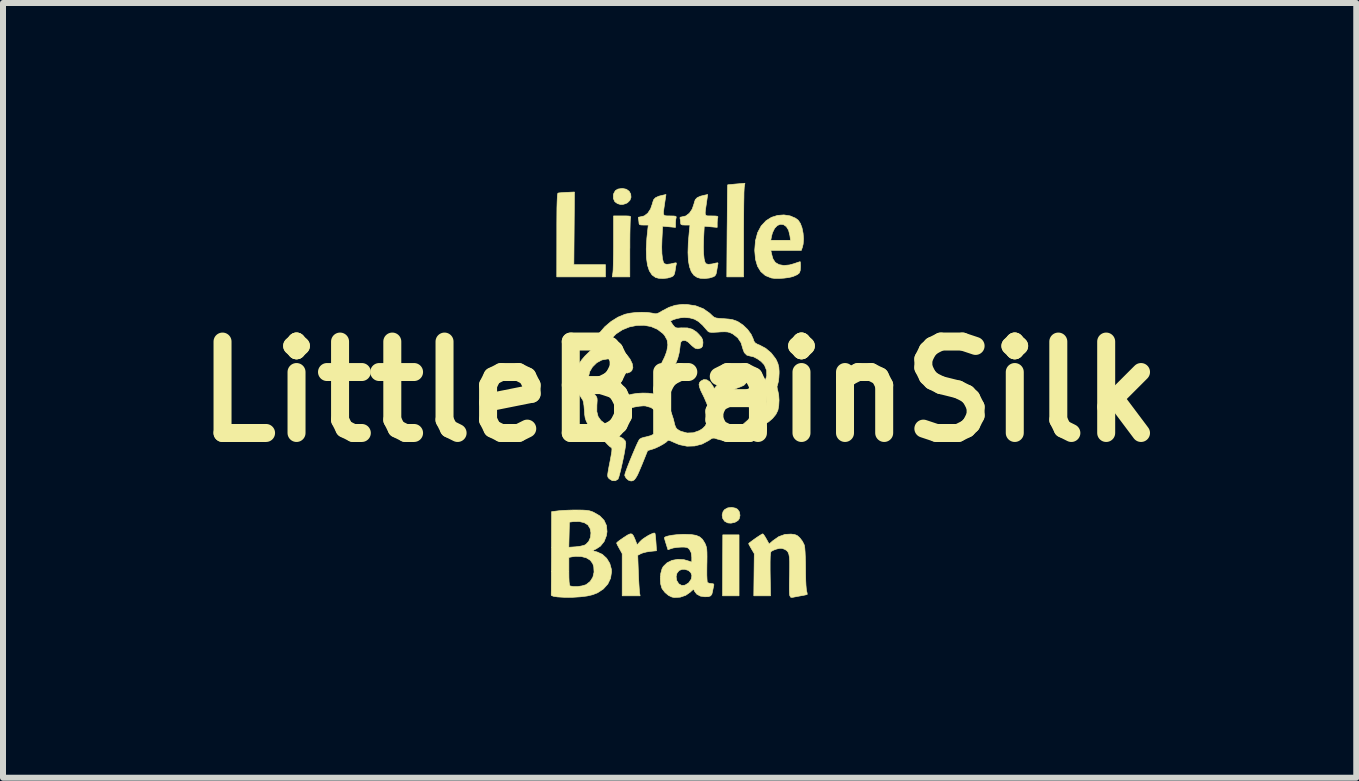
<source format=kicad_pcb>
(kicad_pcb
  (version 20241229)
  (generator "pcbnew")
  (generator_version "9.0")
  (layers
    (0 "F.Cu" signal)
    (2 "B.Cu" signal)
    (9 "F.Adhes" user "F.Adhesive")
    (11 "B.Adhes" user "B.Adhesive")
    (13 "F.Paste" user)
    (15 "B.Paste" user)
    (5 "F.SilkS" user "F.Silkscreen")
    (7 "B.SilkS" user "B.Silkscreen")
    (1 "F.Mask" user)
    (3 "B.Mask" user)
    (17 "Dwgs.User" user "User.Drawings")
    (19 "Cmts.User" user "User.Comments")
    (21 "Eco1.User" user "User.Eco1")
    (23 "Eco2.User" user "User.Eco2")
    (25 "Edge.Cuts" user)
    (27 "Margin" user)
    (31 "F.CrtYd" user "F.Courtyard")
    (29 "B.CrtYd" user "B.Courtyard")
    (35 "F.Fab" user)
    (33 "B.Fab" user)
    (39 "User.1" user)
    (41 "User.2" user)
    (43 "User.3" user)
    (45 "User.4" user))
  (footprint "LittleBrainSilk"
    (layer "F.Cu")
    (at 8.28 3.479)
    (property "Reference" "LittleBrainSilk" (at 0 0 0) (layer "F.SilkS") (effects (font (size 1.524 1.524) (thickness 0.3))))
    (attr through_hole)
    (fp_poly (pts (xy 0.991 3.404) (xy 0.716 3.404) (xy 0.718 2.896) (xy 0.72 2.388) (xy 0.855 2.388) (xy 0.991 2.388) (xy 0.991 3.404)) (stroke (width 0.01) (type solid)) (fill yes) (layer "F.SilkS"))
    (fp_poly (pts (xy 0.933 1.943) (xy 0.967 1.962) (xy 0.997 2.006) (xy 1.007 2.064) (xy 0.994 2.119) (xy 0.973 2.149) (xy 0.922 2.179) (xy 0.857 2.193) (xy 0.804 2.189) (xy 0.751 2.161) (xy 0.719 2.114) (xy 0.709 2.057) (xy 0.725 2) (xy 0.75 1.967) (xy 0.803 1.938) (xy 0.869 1.93) (xy 0.933 1.943)) (stroke (width 0.01) (type solid)) (fill yes) (layer "F.SilkS"))
    (fp_poly (pts (xy -1.758 -2.722) (xy -1.763 -2.117) (xy -1.236 -2.117) (xy -1.236 -1.913) (xy -2.048 -1.913) (xy -2.047 -2.609) (xy -2.047 -2.792) (xy -2.046 -2.943) (xy -2.045 -3.065) (xy -2.042 -3.16) (xy -2.039 -3.23) (xy -2.036 -3.277) (xy -2.031 -3.303) (xy -2.027 -3.31) (xy -2.001 -3.314) (xy -1.951 -3.318) (xy -1.888 -3.322) (xy -1.88 -3.322) (xy -1.753 -3.328) (xy -1.758 -2.722)) (stroke (width 0.01) (type solid)) (fill yes) (layer "F.SilkS"))
    (fp_poly (pts (xy -0.887 -3.374) (xy -0.841 -3.34) (xy -0.815 -3.293) (xy -0.81 -3.24) (xy -0.828 -3.19) (xy -0.869 -3.149) (xy -0.9 -3.134) (xy -0.948 -3.12) (xy -0.985 -3.12) (xy -1.03 -3.133) (xy -1.036 -3.135) (xy -1.08 -3.167) (xy -1.104 -3.22) (xy -1.104 -3.282) (xy -1.098 -3.302) (xy -1.071 -3.351) (xy -1.028 -3.377) (xy -0.961 -3.387) (xy -0.95 -3.387) (xy -0.887 -3.374)) (stroke (width 0.01) (type solid)) (fill yes) (layer "F.SilkS"))
    (fp_poly (pts (xy -0.885 -2.929) (xy -0.842 -2.927) (xy -0.821 -2.921) (xy -0.816 -2.91) (xy -0.819 -2.891) (xy -0.822 -2.865) (xy -0.824 -2.809) (xy -0.826 -2.729) (xy -0.828 -2.63) (xy -0.829 -2.516) (xy -0.829 -2.392) (xy -0.83 -2.383) (xy -0.83 -1.913) (xy -1.122 -1.913) (xy -1.111 -1.992) (xy -1.108 -2.031) (xy -1.106 -2.097) (xy -1.104 -2.187) (xy -1.102 -2.293) (xy -1.101 -2.41) (xy -1.101 -2.5) (xy -1.101 -2.929) (xy -0.955 -2.929) (xy -0.885 -2.929)) (stroke (width 0.01) (type solid)) (fill yes) (layer "F.SilkS"))
    (fp_poly (pts (xy 1.078 -3.409) (xy 1.076 -3.379) (xy 1.073 -3.318) (xy 1.072 -3.232) (xy 1.07 -3.123) (xy 1.069 -2.996) (xy 1.068 -2.855) (xy 1.067 -2.703) (xy 1.067 -2.629) (xy 1.067 -1.913) (xy 0.787 -1.913) (xy 0.792 -2.679) (xy 0.794 -2.837) (xy 0.795 -2.983) (xy 0.796 -3.116) (xy 0.797 -3.231) (xy 0.798 -3.325) (xy 0.799 -3.394) (xy 0.8 -3.436) (xy 0.801 -3.447) (xy 0.818 -3.45) (xy 0.861 -3.454) (xy 0.922 -3.46) (xy 0.946 -3.462) (xy 1.089 -3.474) (xy 1.078 -3.409)) (stroke (width 0.01) (type solid)) (fill yes) (layer "F.SilkS"))
    (fp_poly (pts (xy -0.412 2.359) (xy -0.407 2.379) (xy -0.401 2.425) (xy -0.396 2.487) (xy -0.394 2.511) (xy -0.385 2.653) (xy -0.486 2.663) (xy -0.552 2.673) (xy -0.613 2.689) (xy -0.643 2.7) (xy -0.698 2.729) (xy -0.687 3.02) (xy -0.683 3.119) (xy -0.678 3.209) (xy -0.673 3.284) (xy -0.669 3.337) (xy -0.667 3.357) (xy -0.658 3.404) (xy -0.957 3.404) (xy -0.957 2.701) (xy -1.003 2.618) (xy -1.029 2.571) (xy -1.046 2.536) (xy -1.05 2.523) (xy -1.037 2.509) (xy -1.002 2.481) (xy -0.951 2.446) (xy -0.93 2.431) (xy -0.866 2.39) (xy -0.823 2.371) (xy -0.794 2.374) (xy -0.77 2.403) (xy -0.745 2.458) (xy -0.735 2.484) (xy -0.708 2.554) (xy -0.657 2.497) (xy -0.623 2.465) (xy -0.574 2.431) (xy -0.521 2.398) (xy -0.47 2.373) (xy -0.431 2.358) (xy -0.412 2.359)) (stroke (width 0.01) (type solid)) (fill yes) (layer "F.SilkS"))
    (fp_poly (pts (xy 1.842 -2.93) (xy 1.932 -2.892) (xy 1.977 -2.858) (xy 2.013 -2.805) (xy 2.041 -2.73) (xy 2.059 -2.64) (xy 2.066 -2.547) (xy 2.06 -2.46) (xy 2.047 -2.407) (xy 2.029 -2.354) (xy 1.521 -2.354) (xy 1.533 -2.299) (xy 1.546 -2.249) (xy 1.558 -2.21) (xy 1.596 -2.153) (xy 1.658 -2.117) (xy 1.738 -2.103) (xy 1.832 -2.112) (xy 1.904 -2.132) (xy 1.957 -2.15) (xy 1.996 -2.163) (xy 2.01 -2.167) (xy 2.013 -2.152) (xy 2.015 -2.113) (xy 2.015 -2.076) (xy 2.011 -2.018) (xy 1.996 -1.978) (xy 1.961 -1.95) (xy 1.902 -1.924) (xy 1.88 -1.916) (xy 1.819 -1.902) (xy 1.741 -1.892) (xy 1.657 -1.887) (xy 1.582 -1.888) (xy 1.529 -1.895) (xy 1.43 -1.935) (xy 1.354 -2.001) (xy 1.299 -2.091) (xy 1.265 -2.207) (xy 1.253 -2.349) (xy 1.253 -2.363) (xy 1.265 -2.517) (xy 1.267 -2.523) (xy 1.52 -2.523) (xy 1.85 -2.523) (xy 1.839 -2.602) (xy 1.817 -2.691) (xy 1.78 -2.751) (xy 1.733 -2.784) (xy 1.681 -2.79) (xy 1.63 -2.77) (xy 1.584 -2.722) (xy 1.548 -2.648) (xy 1.532 -2.587) (xy 1.52 -2.523) (xy 1.267 -2.523) (xy 1.301 -2.651) (xy 1.36 -2.762) (xy 1.441 -2.849) (xy 1.532 -2.906) (xy 1.633 -2.938) (xy 1.739 -2.946) (xy 1.842 -2.93)) (stroke (width 0.01) (type solid)) (fill yes) (layer "F.SilkS"))
    (fp_poly (pts (xy -0.248 -3.146) (xy -0.261 -3.057) (xy -0.269 -2.997) (xy -0.268 -2.959) (xy -0.256 -2.939) (xy -0.231 -2.931) (xy -0.192 -2.929) (xy -0.159 -2.929) (xy -0.099 -2.928) (xy -0.067 -2.924) (xy -0.056 -2.914) (xy -0.057 -2.903) (xy -0.064 -2.869) (xy -0.068 -2.819) (xy -0.068 -2.807) (xy -0.068 -2.738) (xy -0.175 -2.748) (xy -0.283 -2.758) (xy -0.294 -2.543) (xy -0.298 -2.411) (xy -0.295 -2.3) (xy -0.285 -2.214) (xy -0.27 -2.156) (xy -0.252 -2.131) (xy -0.213 -2.122) (xy -0.15 -2.129) (xy -0.087 -2.144) (xy -0.058 -2.148) (xy -0.053 -2.134) (xy -0.056 -2.123) (xy -0.064 -2.087) (xy -0.072 -2.034) (xy -0.075 -2.013) (xy -0.086 -1.961) (xy -0.106 -1.93) (xy -0.132 -1.914) (xy -0.198 -1.894) (xy -0.276 -1.886) (xy -0.35 -1.89) (xy -0.4 -1.903) (xy -0.459 -1.945) (xy -0.504 -2.013) (xy -0.535 -2.107) (xy -0.552 -2.228) (xy -0.556 -2.378) (xy -0.546 -2.557) (xy -0.531 -2.697) (xy -0.522 -2.777) (xy -0.6 -2.777) (xy -0.647 -2.779) (xy -0.67 -2.787) (xy -0.677 -2.807) (xy -0.677 -2.818) (xy -0.682 -2.862) (xy -0.688 -2.886) (xy -0.687 -2.907) (xy -0.658 -2.913) (xy -0.658 -2.913) (xy -0.59 -2.929) (xy -0.531 -2.974) (xy -0.484 -3.045) (xy -0.452 -3.137) (xy -0.448 -3.156) (xy -0.432 -3.201) (xy -0.401 -3.233) (xy -0.347 -3.258) (xy -0.279 -3.275) (xy -0.227 -3.286) (xy -0.248 -3.146)) (stroke (width 0.01) (type solid)) (fill yes) (layer "F.SilkS"))
    (fp_poly (pts (xy 0.447 -3.138) (xy 0.434 -3.051) (xy 0.427 -2.992) (xy 0.428 -2.956) (xy 0.44 -2.937) (xy 0.464 -2.93) (xy 0.503 -2.929) (xy 0.535 -2.929) (xy 0.595 -2.928) (xy 0.628 -2.924) (xy 0.639 -2.914) (xy 0.637 -2.903) (xy 0.63 -2.869) (xy 0.627 -2.819) (xy 0.627 -2.807) (xy 0.627 -2.738) (xy 0.519 -2.748) (xy 0.411 -2.758) (xy 0.4 -2.543) (xy 0.397 -2.411) (xy 0.4 -2.3) (xy 0.409 -2.214) (xy 0.424 -2.156) (xy 0.442 -2.131) (xy 0.481 -2.122) (xy 0.544 -2.129) (xy 0.607 -2.144) (xy 0.636 -2.148) (xy 0.641 -2.134) (xy 0.638 -2.123) (xy 0.631 -2.087) (xy 0.622 -2.034) (xy 0.619 -2.013) (xy 0.608 -1.961) (xy 0.589 -1.93) (xy 0.562 -1.914) (xy 0.496 -1.894) (xy 0.418 -1.886) (xy 0.344 -1.89) (xy 0.295 -1.903) (xy 0.238 -1.941) (xy 0.195 -2) (xy 0.165 -2.082) (xy 0.146 -2.188) (xy 0.14 -2.321) (xy 0.145 -2.482) (xy 0.162 -2.673) (xy 0.163 -2.688) (xy 0.173 -2.777) (xy 0.095 -2.777) (xy 0.047 -2.779) (xy 0.024 -2.787) (xy 0.017 -2.807) (xy 0.017 -2.818) (xy 0.013 -2.862) (xy 0.007 -2.886) (xy 0.008 -2.907) (xy 0.036 -2.913) (xy 0.036 -2.913) (xy 0.104 -2.929) (xy 0.163 -2.974) (xy 0.211 -3.045) (xy 0.242 -3.137) (xy 0.246 -3.156) (xy 0.262 -3.201) (xy 0.293 -3.233) (xy 0.347 -3.258) (xy 0.416 -3.275) (xy 0.468 -3.286) (xy 0.447 -3.138)) (stroke (width 0.01) (type solid)) (fill yes) (layer "F.SilkS"))
    (fp_poly (pts (xy 1.401 2.384) (xy 1.425 2.42) (xy 1.446 2.456) (xy 1.493 2.541) (xy 1.554 2.487) (xy 1.654 2.417) (xy 1.758 2.38) (xy 1.859 2.375) (xy 1.919 2.383) (xy 1.96 2.399) (xy 1.997 2.431) (xy 2.008 2.443) (xy 2.047 2.494) (xy 2.076 2.551) (xy 2.081 2.568) (xy 2.087 2.606) (xy 2.092 2.671) (xy 2.096 2.756) (xy 2.099 2.854) (xy 2.1 2.947) (xy 2.101 3.05) (xy 2.103 3.146) (xy 2.107 3.228) (xy 2.112 3.288) (xy 2.116 3.318) (xy 2.126 3.358) (xy 2.128 3.38) (xy 2.128 3.381) (xy 2.109 3.387) (xy 2.068 3.396) (xy 2.022 3.404) (xy 1.961 3.415) (xy 1.909 3.425) (xy 1.884 3.43) (xy 1.854 3.429) (xy 1.838 3.403) (xy 1.835 3.394) (xy 1.832 3.362) (xy 1.83 3.304) (xy 1.83 3.225) (xy 1.831 3.132) (xy 1.833 3.059) (xy 1.835 2.933) (xy 1.835 2.836) (xy 1.831 2.764) (xy 1.822 2.712) (xy 1.807 2.675) (xy 1.786 2.65) (xy 1.757 2.632) (xy 1.753 2.63) (xy 1.711 2.614) (xy 1.672 2.612) (xy 1.619 2.624) (xy 1.619 2.624) (xy 1.569 2.642) (xy 1.532 2.661) (xy 1.523 2.668) (xy 1.516 2.694) (xy 1.511 2.751) (xy 1.509 2.841) (xy 1.509 2.963) (xy 1.51 3.047) (xy 1.516 3.404) (xy 1.376 3.404) (xy 1.237 3.404) (xy 1.241 3.052) (xy 1.245 2.701) (xy 1.198 2.622) (xy 1.172 2.576) (xy 1.155 2.544) (xy 1.151 2.534) (xy 1.164 2.521) (xy 1.198 2.495) (xy 1.243 2.462) (xy 1.293 2.427) (xy 1.339 2.397) (xy 1.373 2.376) (xy 1.387 2.371) (xy 1.401 2.384)) (stroke (width 0.01) (type solid)) (fill yes) (layer "F.SilkS"))
    (fp_poly (pts (xy -1.619 1.975) (xy -1.553 1.979) (xy -1.502 1.987) (xy -1.459 2.001) (xy -1.431 2.013) (xy -1.33 2.072) (xy -1.259 2.146) (xy -1.219 2.233) (xy -1.21 2.334) (xy -1.22 2.401) (xy -1.258 2.499) (xy -1.32 2.576) (xy -1.386 2.619) (xy -1.453 2.652) (xy -1.376 2.673) (xy -1.288 2.713) (xy -1.216 2.779) (xy -1.164 2.864) (xy -1.137 2.962) (xy -1.135 3.006) (xy -1.151 3.112) (xy -1.197 3.208) (xy -1.271 3.29) (xy -1.368 3.354) (xy -1.45 3.386) (xy -1.541 3.407) (xy -1.654 3.421) (xy -1.781 3.429) (xy -1.91 3.43) (xy -2.031 3.423) (xy -2.032 3.423) (xy -2.1 3.413) (xy -2.135 3.4) (xy -2.14 3.391) (xy -2.14 3.37) (xy -2.139 3.319) (xy -2.139 3.241) (xy -2.138 3.141) (xy -2.138 3.021) (xy -2.137 2.887) (xy -2.136 2.764) (xy -1.846 2.764) (xy -1.846 2.998) (xy -1.845 3.1) (xy -1.842 3.171) (xy -1.836 3.216) (xy -1.828 3.237) (xy -1.825 3.24) (xy -1.771 3.25) (xy -1.701 3.25) (xy -1.628 3.239) (xy -1.566 3.221) (xy -1.556 3.216) (xy -1.491 3.165) (xy -1.446 3.094) (xy -1.426 3.009) (xy -1.431 2.92) (xy -1.447 2.869) (xy -1.488 2.812) (xy -1.554 2.771) (xy -1.639 2.749) (xy -1.735 2.746) (xy -1.793 2.754) (xy -1.846 2.764) (xy -2.136 2.764) (xy -2.136 2.74) (xy -2.136 2.685) (xy -2.136 2.595) (xy -1.847 2.595) (xy -1.728 2.587) (xy -1.652 2.577) (xy -1.591 2.562) (xy -1.565 2.549) (xy -1.516 2.499) (xy -1.486 2.43) (xy -1.478 2.355) (xy -1.492 2.282) (xy -1.529 2.222) (xy -1.529 2.222) (xy -1.589 2.185) (xy -1.67 2.166) (xy -1.765 2.167) (xy -1.77 2.167) (xy -1.837 2.176) (xy -1.842 2.386) (xy -1.847 2.595) (xy -2.136 2.595) (xy -2.134 2.001) (xy -2.019 1.987) (xy -1.953 1.981) (xy -1.866 1.977) (xy -1.772 1.974) (xy -1.71 1.974) (xy -1.619 1.975)) (stroke (width 0.01) (type solid)) (fill yes) (layer "F.SilkS"))
    (fp_poly (pts (xy 0.193 2.383) (xy 0.274 2.396) (xy 0.335 2.422) (xy 0.381 2.462) (xy 0.418 2.521) (xy 0.424 2.532) (xy 0.437 2.563) (xy 0.447 2.594) (xy 0.453 2.631) (xy 0.456 2.681) (xy 0.457 2.75) (xy 0.456 2.845) (xy 0.455 2.883) (xy 0.454 2.977) (xy 0.454 3.06) (xy 0.457 3.126) (xy 0.46 3.168) (xy 0.463 3.179) (xy 0.488 3.194) (xy 0.527 3.2) (xy 0.562 3.204) (xy 0.572 3.22) (xy 0.57 3.23) (xy 0.562 3.266) (xy 0.552 3.316) (xy 0.55 3.327) (xy 0.538 3.377) (xy 0.517 3.405) (xy 0.479 3.418) (xy 0.421 3.42) (xy 0.346 3.409) (xy 0.286 3.376) (xy 0.249 3.328) (xy 0.246 3.319) (xy 0.237 3.301) (xy 0.223 3.302) (xy 0.197 3.324) (xy 0.179 3.342) (xy 0.102 3.396) (xy 0.01 3.427) (xy -0.087 3.432) (xy -0.127 3.425) (xy -0.184 3.398) (xy -0.242 3.35) (xy -0.287 3.292) (xy -0.296 3.276) (xy -0.316 3.205) (xy -0.322 3.119) (xy -0.319 3.085) (xy -0.058 3.085) (xy -0.048 3.149) (xy -0.048 3.149) (xy -0.014 3.204) (xy 0.034 3.231) (xy 0.089 3.227) (xy 0.146 3.192) (xy 0.154 3.185) (xy 0.194 3.126) (xy 0.205 3.069) (xy 0.188 3.018) (xy 0.147 2.981) (xy 0.084 2.962) (xy 0.042 2.963) (xy -0.009 2.983) (xy -0.044 3.027) (xy -0.058 3.085) (xy -0.319 3.085) (xy -0.314 3.031) (xy -0.293 2.954) (xy -0.272 2.915) (xy -0.209 2.854) (xy -0.126 2.813) (xy -0.029 2.796) (xy 0.073 2.802) (xy 0.133 2.819) (xy 0.203 2.843) (xy 0.203 2.762) (xy 0.194 2.687) (xy 0.168 2.635) (xy 0.145 2.61) (xy 0.118 2.597) (xy 0.076 2.592) (xy 0.028 2.592) (xy -0.039 2.596) (xy -0.103 2.606) (xy -0.135 2.615) (xy -0.194 2.636) (xy -0.224 2.541) (xy -0.24 2.489) (xy -0.251 2.45) (xy -0.254 2.436) (xy -0.238 2.422) (xy -0.195 2.408) (xy -0.132 2.395) (xy -0.054 2.386) (xy 0.031 2.38) (xy 0.085 2.379) (xy 0.193 2.383)) (stroke (width 0.01) (type solid)) (fill yes) (layer "F.SilkS"))
    (fp_poly (pts (xy 0.123 -1.453) (xy 0.268 -1.431) (xy 0.395 -1.382) (xy 0.501 -1.308) (xy 0.523 -1.287) (xy 0.554 -1.257) (xy 0.58 -1.238) (xy 0.612 -1.227) (xy 0.659 -1.221) (xy 0.729 -1.216) (xy 0.737 -1.216) (xy 0.823 -1.209) (xy 0.888 -1.198) (xy 0.943 -1.179) (xy 0.976 -1.164) (xy 1.058 -1.109) (xy 1.133 -1.037) (xy 1.192 -0.956) (xy 1.225 -0.884) (xy 1.241 -0.838) (xy 1.263 -0.81) (xy 1.3 -0.789) (xy 1.333 -0.776) (xy 1.435 -0.722) (xy 1.527 -0.644) (xy 1.599 -0.551) (xy 1.616 -0.521) (xy 1.64 -0.464) (xy 1.654 -0.409) (xy 1.659 -0.341) (xy 1.659 -0.306) (xy 1.655 -0.236) (xy 1.648 -0.172) (xy 1.637 -0.129) (xy 1.637 -0.128) (xy 1.624 -0.083) (xy 1.63 -0.039) (xy 1.637 -0.018) (xy 1.652 0.054) (xy 1.658 0.143) (xy 1.653 0.234) (xy 1.639 0.311) (xy 1.605 0.38) (xy 1.549 0.448) (xy 1.482 0.505) (xy 1.419 0.539) (xy 1.376 0.561) (xy 1.322 0.601) (xy 1.266 0.65) (xy 1.258 0.659) (xy 1.159 0.743) (xy 1.058 0.797) (xy 0.948 0.823) (xy 0.83 0.825) (xy 0.755 0.817) (xy 0.682 0.805) (xy 0.629 0.791) (xy 0.584 0.776) (xy 0.553 0.775) (xy 0.523 0.789) (xy 0.486 0.815) (xy 0.375 0.874) (xy 0.252 0.906) (xy 0.124 0.91) (xy -0.004 0.884) (xy -0.086 0.85) (xy -0.145 0.823) (xy -0.183 0.812) (xy -0.197 0.816) (xy -0.224 0.842) (xy -0.273 0.875) (xy -0.334 0.909) (xy -0.397 0.939) (xy -0.449 0.958) (xy -0.533 0.983) (xy -0.625 1.211) (xy -0.668 1.313) (xy -0.701 1.388) (xy -0.73 1.438) (xy -0.755 1.47) (xy -0.78 1.485) (xy -0.808 1.49) (xy -0.81 1.49) (xy -0.853 1.476) (xy -0.891 1.443) (xy -0.913 1.403) (xy -0.914 1.391) (xy -0.908 1.364) (xy -0.89 1.312) (xy -0.864 1.242) (xy -0.832 1.161) (xy -0.796 1.074) (xy -0.76 0.989) (xy -0.727 0.912) (xy -0.698 0.849) (xy -0.676 0.807) (xy -0.668 0.794) (xy -0.636 0.775) (xy -0.586 0.76) (xy -0.564 0.756) (xy -0.482 0.734) (xy -0.399 0.694) (xy -0.33 0.644) (xy -0.316 0.629) (xy -0.298 0.605) (xy -0.292 0.578) (xy -0.298 0.536) (xy -0.305 0.509) (xy -0.344 0.401) (xy -0.402 0.319) (xy -0.477 0.265) (xy -0.567 0.239) (xy -0.601 0.237) (xy -0.673 0.243) (xy -0.749 0.256) (xy -0.772 0.262) (xy -0.828 0.277) (xy -0.875 0.286) (xy -0.891 0.288) (xy -0.936 0.273) (xy -0.968 0.236) (xy -0.981 0.185) (xy -0.971 0.13) (xy -0.965 0.119) (xy -0.932 0.088) (xy -0.873 0.063) (xy -0.795 0.043) (xy -0.705 0.029) (xy -0.612 0.024) (xy -0.522 0.026) (xy -0.443 0.037) (xy -0.387 0.056) (xy -0.292 0.122) (xy -0.21 0.214) (xy -0.146 0.329) (xy -0.102 0.462) (xy -0.097 0.484) (xy -0.081 0.552) (xy -0.064 0.597) (xy -0.04 0.626) (xy -0.004 0.649) (xy 0.023 0.662) (xy 0.125 0.69) (xy 0.229 0.686) (xy 0.33 0.65) (xy 0.385 0.615) (xy 0.427 0.572) (xy 0.458 0.509) (xy 0.467 0.481) (xy 0.484 0.392) (xy 0.481 0.304) (xy 0.458 0.209) (xy 0.411 0.1) (xy 0.396 0.069) (xy 0.355 -0.014) (xy 0.332 -0.075) (xy 0.324 -0.119) (xy 0.333 -0.151) (xy 0.353 -0.175) (xy 0.402 -0.201) (xy 0.455 -0.196) (xy 0.506 -0.161) (xy 0.552 -0.098) (xy 0.557 -0.089) (xy 0.577 -0.05) (xy 0.619 -0.1) (xy 0.675 -0.152) (xy 0.752 -0.204) (xy 0.839 -0.249) (xy 0.925 -0.284) (xy 1.002 -0.303) (xy 1.028 -0.305) (xy 1.063 -0.29) (xy 1.095 -0.254) (xy 1.115 -0.209) (xy 1.118 -0.189) (xy 1.107 -0.142) (xy 1.071 -0.105) (xy 1.008 -0.077) (xy 0.984 -0.069) (xy 0.877 -0.024) (xy 0.788 0.043) (xy 0.733 0.114) (xy 0.712 0.155) (xy 0.699 0.195) (xy 0.691 0.246) (xy 0.687 0.316) (xy 0.686 0.353) (xy 0.683 0.427) (xy 0.679 0.49) (xy 0.673 0.533) (xy 0.67 0.545) (xy 0.668 0.565) (xy 0.689 0.58) (xy 0.731 0.593) (xy 0.847 0.609) (xy 0.957 0.593) (xy 1.056 0.547) (xy 1.14 0.473) (xy 1.165 0.441) (xy 1.207 0.393) (xy 1.264 0.357) (xy 1.308 0.339) (xy 1.388 0.296) (xy 1.438 0.239) (xy 1.457 0.168) (xy 1.445 0.082) (xy 1.422 0.019) (xy 1.398 -0.038) (xy 1.391 -0.08) (xy 1.399 -0.12) (xy 1.422 -0.169) (xy 1.453 -0.262) (xy 1.451 -0.353) (xy 1.417 -0.437) (xy 1.407 -0.452) (xy 1.359 -0.503) (xy 1.297 -0.547) (xy 1.233 -0.58) (xy 1.177 -0.593) (xy 1.175 -0.593) (xy 1.121 -0.608) (xy 1.079 -0.65) (xy 1.057 -0.707) (xy 1.025 -0.814) (xy 0.97 -0.897) (xy 0.89 -0.96) (xy 0.872 -0.969) (xy 0.836 -0.986) (xy 0.798 -0.995) (xy 0.751 -0.998) (xy 0.683 -0.996) (xy 0.648 -0.993) (xy 0.573 -0.989) (xy 0.524 -0.989) (xy 0.494 -0.993) (xy 0.475 -1.004) (xy 0.461 -1.019) (xy 0.384 -1.107) (xy 0.315 -1.169) (xy 0.247 -1.208) (xy 0.172 -1.229) (xy 0.083 -1.236) (xy 0.075 -1.236) (xy 0.016 -1.231) (xy -0.049 -1.217) (xy -0.107 -1.199) (xy -0.146 -1.179) (xy -0.15 -1.176) (xy -0.144 -1.161) (xy -0.123 -1.129) (xy -0.112 -1.113) (xy -0.086 -1.082) (xy -0.062 -1.065) (xy -0.028 -1.06) (xy 0.027 -1.063) (xy 0.032 -1.063) (xy 0.131 -1.062) (xy 0.212 -1.04) (xy 0.282 -0.994) (xy 0.32 -0.956) (xy 0.362 -0.907) (xy 0.383 -0.867) (xy 0.389 -0.823) (xy 0.389 -0.814) (xy 0.384 -0.762) (xy 0.364 -0.733) (xy 0.357 -0.729) (xy 0.306 -0.713) (xy 0.258 -0.724) (xy 0.207 -0.764) (xy 0.194 -0.777) (xy 0.142 -0.827) (xy 0.1 -0.851) (xy 0.059 -0.852) (xy 0.045 -0.847) (xy 0.025 -0.833) (xy 0.013 -0.799) (xy 0.006 -0.74) (xy 0.006 -0.737) (xy -0.008 -0.643) (xy -0.032 -0.551) (xy -0.066 -0.466) (xy -0.104 -0.396) (xy -0.145 -0.347) (xy -0.186 -0.323) (xy -0.196 -0.322) (xy -0.256 -0.334) (xy -0.294 -0.369) (xy -0.307 -0.421) (xy -0.295 -0.485) (xy -0.272 -0.531) (xy -0.249 -0.578) (xy -0.225 -0.641) (xy -0.212 -0.681) (xy -0.196 -0.778) (xy -0.208 -0.861) (xy -0.25 -0.937) (xy -0.277 -0.968) (xy -0.369 -1.039) (xy -0.476 -1.085) (xy -0.593 -1.106) (xy -0.716 -1.103) (xy -0.838 -1.078) (xy -0.954 -1.031) (xy -1.058 -0.963) (xy -1.146 -0.875) (xy -1.186 -0.817) (xy -1.218 -0.762) (xy -1.159 -0.762) (xy -1.061 -0.745) (xy -0.968 -0.696) (xy -0.882 -0.616) (xy -0.827 -0.543) (xy -0.79 -0.467) (xy -0.779 -0.402) (xy -0.797 -0.351) (xy -0.821 -0.329) (xy -0.872 -0.309) (xy -0.92 -0.32) (xy -0.968 -0.363) (xy -0.997 -0.406) (xy -1.051 -0.48) (xy -1.106 -0.524) (xy -1.169 -0.543) (xy -1.201 -0.545) (xy -1.295 -0.528) (xy -1.381 -0.482) (xy -1.452 -0.412) (xy -1.498 -0.335) (xy -1.522 -0.235) (xy -1.513 -0.134) (xy -1.47 -0.032) (xy -1.413 0.049) (xy -1.39 0.079) (xy -1.377 0.106) (xy -1.374 0.142) (xy -1.377 0.196) (xy -1.379 0.227) (xy -1.38 0.332) (xy -1.359 0.415) (xy -1.312 0.482) (xy -1.236 0.54) (xy -1.198 0.561) (xy -1.137 0.608) (xy -1.102 0.658) (xy -1.056 0.719) (xy -1.013 0.745) (xy -0.944 0.781) (xy -0.906 0.822) (xy -0.897 0.858) (xy -0.901 0.901) (xy -0.911 0.965) (xy -0.925 1.045) (xy -0.943 1.133) (xy -0.963 1.223) (xy -0.982 1.307) (xy -1.001 1.38) (xy -1.016 1.433) (xy -1.028 1.46) (xy -1.028 1.46) (xy -1.072 1.486) (xy -1.123 1.484) (xy -1.168 1.456) (xy -1.184 1.441) (xy -1.194 1.426) (xy -1.199 1.406) (xy -1.198 1.375) (xy -1.191 1.329) (xy -1.179 1.26) (xy -1.16 1.164) (xy -1.159 1.16) (xy -1.142 1.067) (xy -1.131 1.002) (xy -1.128 0.961) (xy -1.131 0.94) (xy -1.138 0.933) (xy -1.162 0.917) (xy -1.197 0.884) (xy -1.215 0.865) (xy -1.268 0.808) (xy -1.306 0.769) (xy -1.338 0.739) (xy -1.373 0.712) (xy -1.404 0.689) (xy -1.46 0.637) (xy -1.513 0.57) (xy -1.53 0.543) (xy -1.557 0.49) (xy -1.574 0.439) (xy -1.583 0.379) (xy -1.588 0.306) (xy -1.594 0.234) (xy -1.603 0.175) (xy -1.614 0.14) (xy -1.617 0.135) (xy -1.637 0.106) (xy -1.665 0.06) (xy -1.679 0.034) (xy -1.698 -0.007) (xy -1.71 -0.049) (xy -1.716 -0.101) (xy -1.719 -0.172) (xy -1.719 -0.212) (xy -1.718 -0.293) (xy -1.714 -0.351) (xy -1.705 -0.395) (xy -1.689 -0.436) (xy -1.673 -0.469) (xy -1.634 -0.527) (xy -1.581 -0.59) (xy -1.534 -0.636) (xy -1.475 -0.693) (xy -1.441 -0.742) (xy -1.432 -0.771) (xy -1.397 -0.876) (xy -1.333 -0.981) (xy -1.247 -1.081) (xy -1.143 -1.169) (xy -1.028 -1.241) (xy -0.91 -1.29) (xy -0.831 -1.307) (xy -0.734 -1.319) (xy -0.633 -1.323) (xy -0.537 -1.32) (xy -0.459 -1.309) (xy -0.442 -1.305) (xy -0.407 -1.298) (xy -0.376 -1.301) (xy -0.336 -1.318) (xy -0.29 -1.346) (xy -0.177 -1.405) (xy -0.072 -1.44) (xy 0.04 -1.454) (xy 0.123 -1.453)) (stroke (width 0.01) (type solid)) (fill yes) (layer "F.SilkS")))
  (gr_rect
    (start -3 -3)
    (end 19.561 9.916)
    (stroke (width 0.1) (type default))
    (fill no)
    (layer "Edge.Cuts")))
</source>
